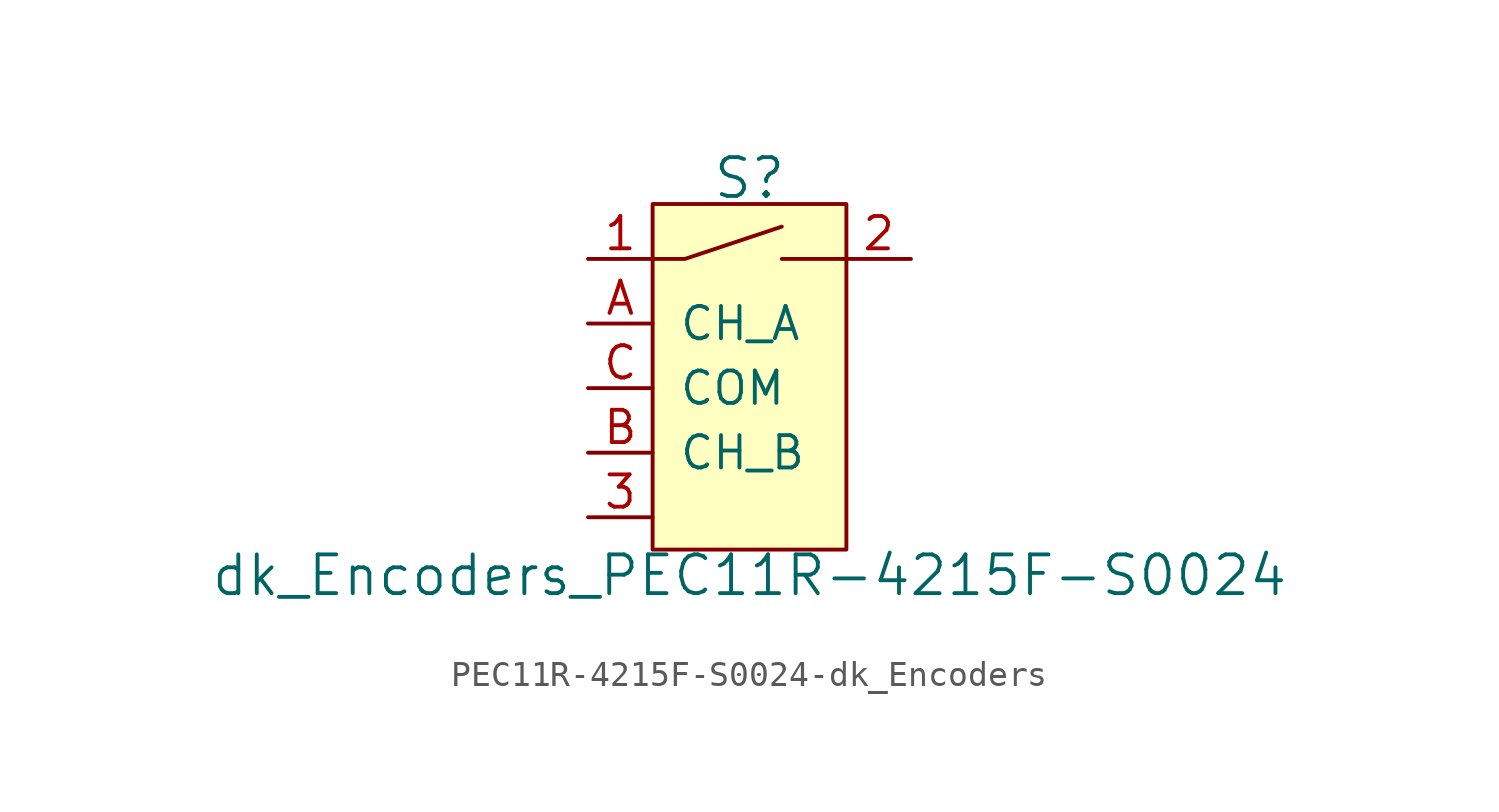
<source format=kicad_sym>
(kicad_symbol_lib
  (version 20231120)
  (generator "kicad_symbol_editor")
  (generator_version "8.0")
  (symbol "PEC11R-4215F-S0024-dk_Encoders"
    (pin_names
      (offset 1.016))
    (property "Reference" "S"
      (at -1.27 5.715 0)
      (effects (font (size 1.524 1.524))))
    (property "Value" "dk_Encoders_PEC11R-4215F-S0024"
      (at -1.27 -9.906 0)
      (effects (font (size 1.524 1.524))))
    (symbol "PEC11R-4215F-S0024-dk_Encoders_0_1"
      (rectangle (start -5.08 4.699) (end 2.54 -8.89) (stroke (width 0) (type solid)) (fill (type background)))
      (polyline (pts (xy 0 2.54) (xy 2.54 2.54)) (stroke (width 0) (type solid)) (fill (type none)))
      (polyline (pts (xy -5.08 2.54) (xy -3.81 2.54) (xy 0 3.81)) (stroke (width 0) (type solid)) (fill (type none))))
    (symbol "PEC11R-4215F-S0024-dk_Encoders_1_1"
      (pin bidirectional line (at -7.62 2.54 0) (length 2.54) (name "~" (effects (font (size 1.27 1.27)))) (number "1" (effects (font (size 1.27 1.27)))))
      (pin bidirectional line (at 5.08 2.54 180) (length 2.54) (name "~" (effects (font (size 1.27 1.27)))) (number "2" (effects (font (size 1.27 1.27)))))
      (pin unspecified line (at -7.62 -7.62 0) (length 2.54) (name "~" (effects (font (size 1.27 1.27)))) (number "3" (effects (font (size 1.27 1.27)))))
      (pin bidirectional line (at -7.62 0 0) (length 2.54) (name "CH_A" (effects (font (size 1.27 1.27)))) (number "A" (effects (font (size 1.27 1.27)))))
      (pin bidirectional line (at -7.62 -5.08 0) (length 2.54) (name "CH_B" (effects (font (size 1.27 1.27)))) (number "B" (effects (font (size 1.27 1.27)))))
      (pin input line (at -7.62 -2.54 0) (length 2.54) (name "COM" (effects (font (size 1.27 1.27)))) (number "C" (effects (font (size 1.27 1.27))))))))
</source>
